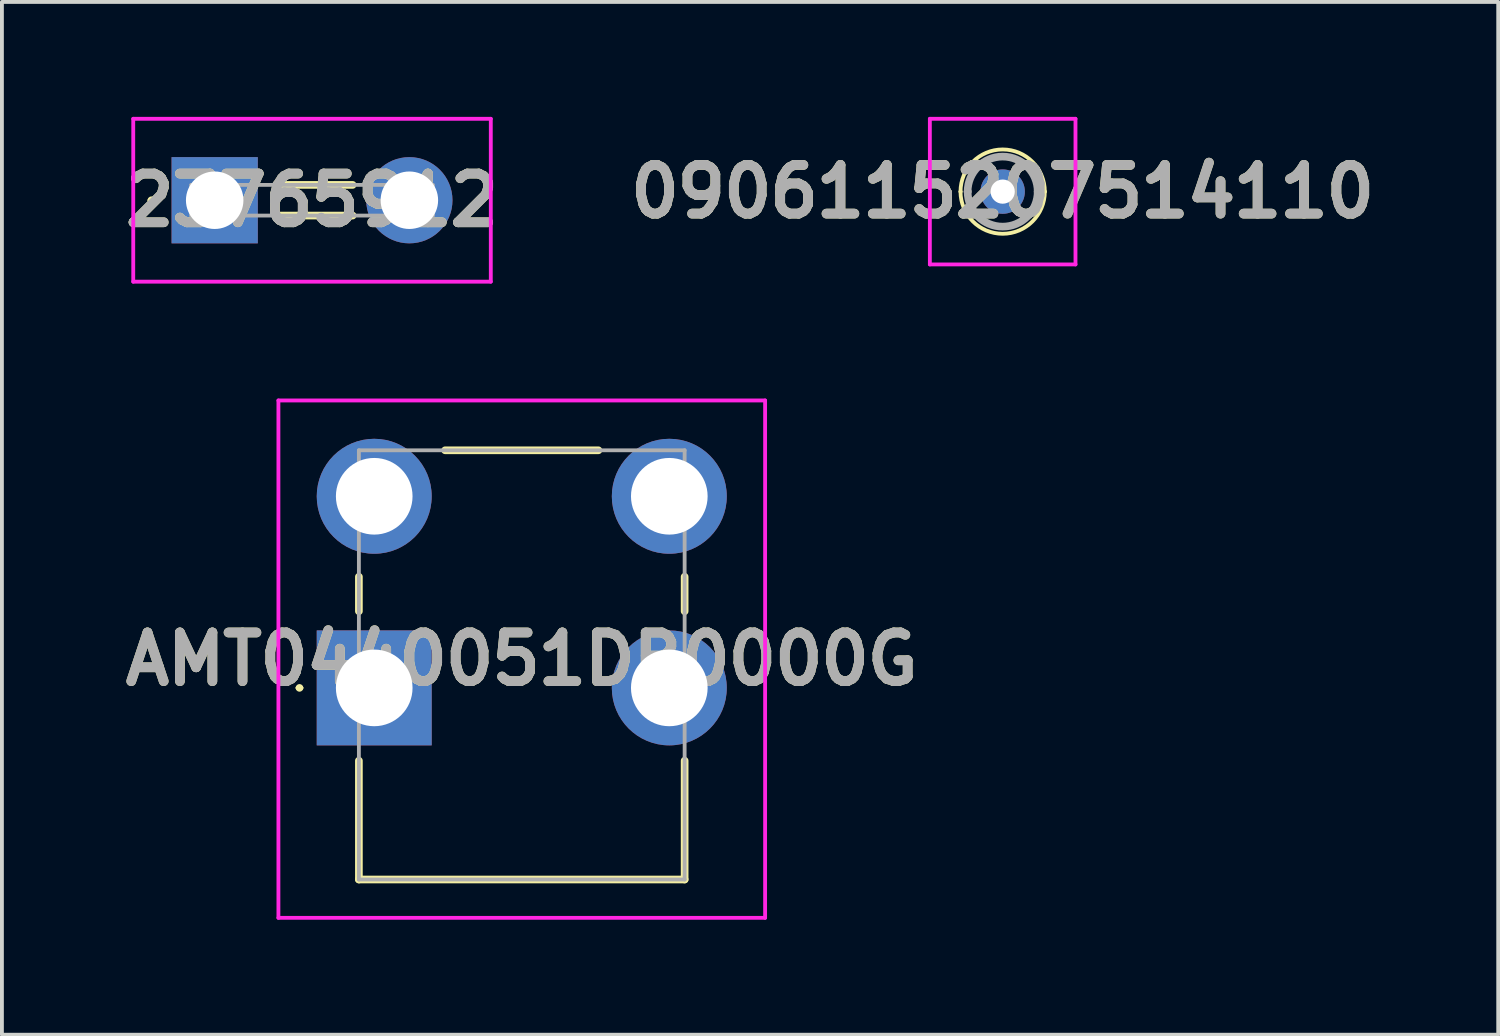
<source format=kicad_pcb>
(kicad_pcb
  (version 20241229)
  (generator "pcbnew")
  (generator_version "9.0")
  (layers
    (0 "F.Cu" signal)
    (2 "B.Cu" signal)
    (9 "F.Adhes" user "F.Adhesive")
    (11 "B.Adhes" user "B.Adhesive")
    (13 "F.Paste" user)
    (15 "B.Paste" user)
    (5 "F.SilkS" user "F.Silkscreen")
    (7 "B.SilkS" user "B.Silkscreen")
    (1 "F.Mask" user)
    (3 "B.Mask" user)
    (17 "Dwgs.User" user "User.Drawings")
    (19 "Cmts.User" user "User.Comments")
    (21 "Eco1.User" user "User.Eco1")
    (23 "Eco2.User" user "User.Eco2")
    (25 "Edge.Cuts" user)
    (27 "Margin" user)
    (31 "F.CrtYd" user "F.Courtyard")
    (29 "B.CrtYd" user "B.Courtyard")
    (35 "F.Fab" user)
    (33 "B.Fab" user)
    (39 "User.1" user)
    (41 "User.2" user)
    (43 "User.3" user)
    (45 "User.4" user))
  (footprint "23765912"
    (layer "F.Cu")
    (at 2.552 2.175)
    (property "Reference" "23765912" (at 2.54 0 0) (layer "F.SilkS") (effects (font (size 1.27 1.27) (thickness 0.254))))
    (attr through_hole)
    (fp_line (start -1.7 0) (end -1.7 0) (stroke (width 0.1) (type solid)) (layer "F.SilkS"))
    (fp_line (start -1.6 0) (end -1.6 0) (stroke (width 0.1) (type solid)) (layer "F.SilkS"))
    (fp_line (start 1.6 -0.4) (end 3.6 -0.4) (stroke (width 0.2) (type solid)) (layer "F.SilkS"))
    (fp_line (start 1.6 0.4) (end 3.6 0.4) (stroke (width 0.2) (type solid)) (layer "F.SilkS"))
    (fp_arc (start -1.7 0) (mid -1.65 -0.05) (end -1.6 0) (stroke (width 0.1) (type solid)) (layer "F.SilkS"))
    (fp_arc (start -1.6 0) (mid -1.65 0.05) (end -1.7 0) (stroke (width 0.1) (type solid)) (layer "F.SilkS"))
    (fp_line (start -2.125 -2.125) (end 7.205 -2.125) (stroke (width 0.1) (type solid)) (layer "F.CrtYd"))
    (fp_line (start -2.125 2.125) (end -2.125 -2.125) (stroke (width 0.1) (type solid)) (layer "F.CrtYd"))
    (fp_line (start 7.205 -2.125) (end 7.205 2.125) (stroke (width 0.1) (type solid)) (layer "F.CrtYd"))
    (fp_line (start 7.205 2.125) (end -2.125 2.125) (stroke (width 0.1) (type solid)) (layer "F.CrtYd"))
    (fp_line (start -0.61 -0.4) (end 5.69 -0.4) (stroke (width 0.1) (type solid)) (layer "F.Fab"))
    (fp_line (start -0.61 0.4) (end -0.61 -0.4) (stroke (width 0.1) (type solid)) (layer "F.Fab"))
    (fp_line (start 5.69 -0.4) (end 5.69 0.4) (stroke (width 0.1) (type solid)) (layer "F.Fab"))
    (fp_line (start 5.69 0.4) (end -0.61 0.4) (stroke (width 0.1) (type solid)) (layer "F.Fab"))
    (fp_text user "${REFERENCE}" (at 2.54 0 0) (layer "F.Fab") (effects (font (size 1.27 1.27) (thickness 0.254))))
    (pad "1" thru_hole rect (at 0 0) (size 2.25 2.25) (drill 1.5) (layers "*.Cu" "*.Mask"))
    (pad "2" thru_hole circle (at 5.08 0) (size 2.25 2.25) (drill 1.5) (layers "*.Cu" "*.Mask")))
  (footprint "0906115207514110"
    (layer "F.Cu")
    (at 23.114 1.95)
    (property "Reference" "0906115207514110" (at 0 0 0) (layer "F.SilkS") (effects (font (size 1.27 1.27) (thickness 0.254))))
    (attr through_hole)
    (fp_line (start -1.1 0) (end -1.1 0) (stroke (width 0.1) (type solid)) (layer "F.SilkS"))
    (fp_line (start 1.1 0) (end 1.1 0) (stroke (width 0.1) (type solid)) (layer "F.SilkS"))
    (fp_arc (start -1.1 0) (mid 0 -1.1) (end 1.1 0) (stroke (width 0.1) (type solid)) (layer "F.SilkS"))
    (fp_arc (start 1.1 0) (mid 0 1.1) (end -1.1 0) (stroke (width 0.1) (type solid)) (layer "F.SilkS"))
    (fp_line (start -1.9 -1.9) (end 1.9 -1.9) (stroke (width 0.1) (type solid)) (layer "F.CrtYd"))
    (fp_line (start -1.9 1.9) (end -1.9 -1.9) (stroke (width 0.1) (type solid)) (layer "F.CrtYd"))
    (fp_line (start 1.9 -1.9) (end 1.9 1.9) (stroke (width 0.1) (type solid)) (layer "F.CrtYd"))
    (fp_line (start 1.9 1.9) (end -1.9 1.9) (stroke (width 0.1) (type solid)) (layer "F.CrtYd"))
    (fp_line (start -0.914 0) (end -0.914 0) (stroke (width 0.2) (type solid)) (layer "F.Fab"))
    (fp_line (start 0.914 0) (end 0.914 0) (stroke (width 0.2) (type solid)) (layer "F.Fab"))
    (fp_arc (start -0.914 0) (mid 0 -0.914) (end 0.914 0) (stroke (width 0.2) (type solid)) (layer "F.Fab"))
    (fp_arc (start 0.914 0) (mid 0 0.914) (end -0.914 0) (stroke (width 0.2) (type solid)) (layer "F.Fab"))
    (fp_text user "${REFERENCE}" (at 0 0 0) (layer "F.Fab") (effects (font (size 1.27 1.27) (thickness 0.254))))
    (pad "1" thru_hole circle (at 0 0) (size 1.158 1.158) (drill 0.632) (layers "*.Cu" "*.Mask")))
  (footprint "AMT0440051DB0000G"
    (layer "F.Cu")
    (at 6.715 14.9)
    (property "Reference" "AMT0440051DB0000G" (at 3.85 -0.75 0) (layer "F.SilkS") (effects (font (size 1.27 1.27) (thickness 0.254))))
    (attr through_hole)
    (fp_line (start -2 0) (end -2 0) (stroke (width 0.1) (type solid)) (layer "F.SilkS"))
    (fp_line (start -1.9 0) (end -1.9 0) (stroke (width 0.1) (type solid)) (layer "F.SilkS"))
    (fp_line (start -0.4 -2.9) (end -0.4 -2) (stroke (width 0.2) (type solid)) (layer "F.SilkS"))
    (fp_line (start -0.4 1.9) (end -0.4 5) (stroke (width 0.2) (type solid)) (layer "F.SilkS"))
    (fp_line (start -0.4 5) (end 8.1 5) (stroke (width 0.2) (type solid)) (layer "F.SilkS"))
    (fp_line (start 1.85 -6.2) (end 5.85 -6.2) (stroke (width 0.2) (type solid)) (layer "F.SilkS"))
    (fp_line (start 8.1 -2.9) (end 8.1 -2) (stroke (width 0.2) (type solid)) (layer "F.SilkS"))
    (fp_line (start 8.1 5) (end 8.1 1.9) (stroke (width 0.2) (type solid)) (layer "F.SilkS"))
    (fp_arc (start -2 0) (mid -1.95 -0.05) (end -1.9 0) (stroke (width 0.1) (type solid)) (layer "F.SilkS"))
    (fp_arc (start -1.9 0) (mid -1.95 0.05) (end -2 0) (stroke (width 0.1) (type solid)) (layer "F.SilkS"))
    (fp_line (start -2.5 -7.5) (end 10.2 -7.5) (stroke (width 0.1) (type solid)) (layer "F.CrtYd"))
    (fp_line (start -2.5 6) (end -2.5 -7.5) (stroke (width 0.1) (type solid)) (layer "F.CrtYd"))
    (fp_line (start 10.2 -7.5) (end 10.2 6) (stroke (width 0.1) (type solid)) (layer "F.CrtYd"))
    (fp_line (start 10.2 6) (end -2.5 6) (stroke (width 0.1) (type solid)) (layer "F.CrtYd"))
    (fp_line (start -0.4 -6.2) (end 8.1 -6.2) (stroke (width 0.1) (type solid)) (layer "F.Fab"))
    (fp_line (start -0.4 5) (end -0.4 -6.2) (stroke (width 0.1) (type solid)) (layer "F.Fab"))
    (fp_line (start 8.1 -6.2) (end 8.1 5) (stroke (width 0.1) (type solid)) (layer "F.Fab"))
    (fp_line (start 8.1 5) (end -0.4 5) (stroke (width 0.1) (type solid)) (layer "F.Fab"))
    (fp_text user "${REFERENCE}" (at 3.85 -0.75 0) (layer "F.Fab") (effects (font (size 1.27 1.27) (thickness 0.254))))
    (pad "1" thru_hole rect (at 0 0) (size 3 3) (drill 2) (layers "*.Cu" "*.Mask"))
    (pad "2" thru_hole circle (at 0 -5) (size 3 3) (drill 2) (layers "*.Cu" "*.Mask"))
    (pad "3" thru_hole circle (at 7.7 0) (size 3 3) (drill 2) (layers "*.Cu" "*.Mask"))
    (pad "4" thru_hole circle (at 7.7 -5) (size 3 3) (drill 2) (layers "*.Cu" "*.Mask")))
  (gr_rect
    (start -3 -3)
    (end 36.045 23.95)
    (stroke (width 0.1) (type default))
    (fill no)
    (layer "Edge.Cuts")))
</source>
